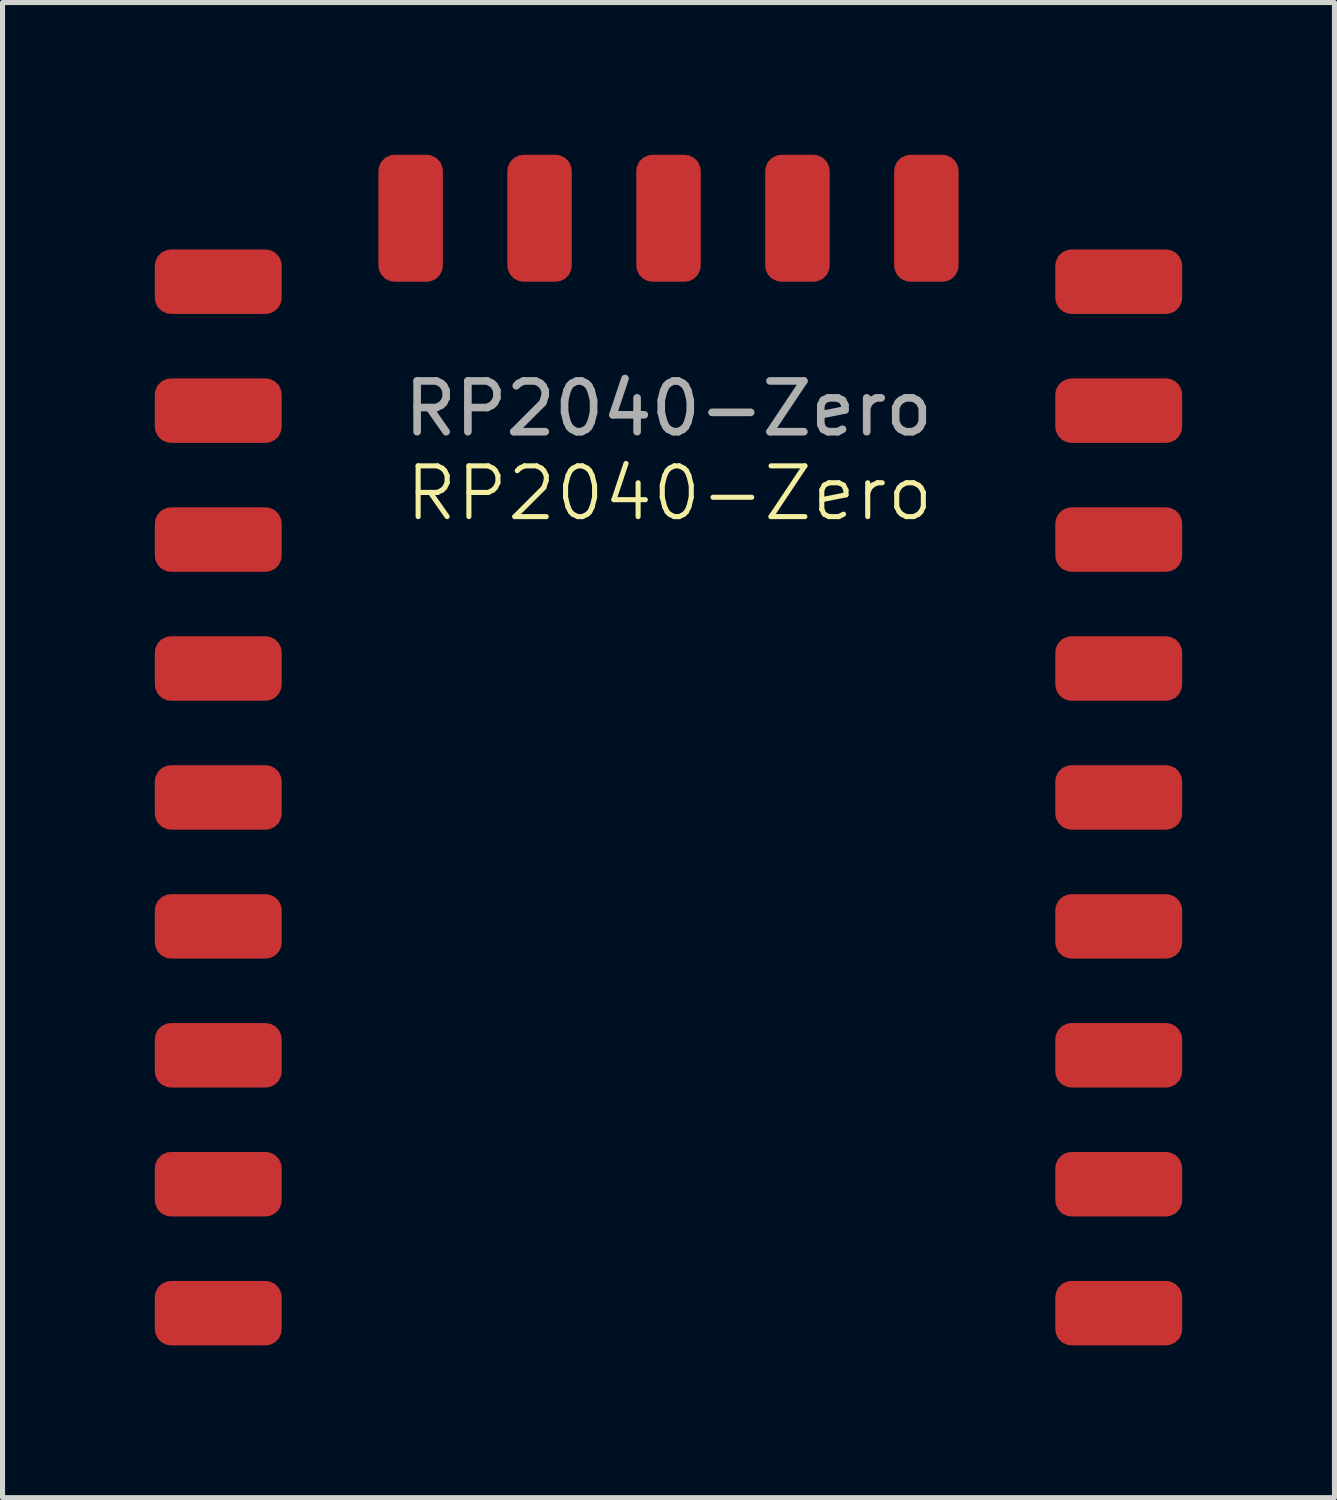
<source format=kicad_pcb>
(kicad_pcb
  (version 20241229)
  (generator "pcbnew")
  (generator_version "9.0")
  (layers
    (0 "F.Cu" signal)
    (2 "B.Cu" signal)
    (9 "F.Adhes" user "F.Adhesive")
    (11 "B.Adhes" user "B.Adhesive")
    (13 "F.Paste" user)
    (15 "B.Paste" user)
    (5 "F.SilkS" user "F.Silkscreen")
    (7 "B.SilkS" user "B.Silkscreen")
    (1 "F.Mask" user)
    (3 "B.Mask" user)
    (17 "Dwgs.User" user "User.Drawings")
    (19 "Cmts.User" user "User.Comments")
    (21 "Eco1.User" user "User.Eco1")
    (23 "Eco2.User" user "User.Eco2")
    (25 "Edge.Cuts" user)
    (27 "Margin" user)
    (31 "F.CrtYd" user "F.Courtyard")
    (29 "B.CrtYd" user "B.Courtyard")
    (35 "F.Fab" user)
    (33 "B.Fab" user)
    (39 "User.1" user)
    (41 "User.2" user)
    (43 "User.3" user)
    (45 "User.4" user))
  (footprint "RP2040-Zero"
    (layer "F.Cu")
    (at 10.12 2.5)
    (property "Reference" "RP2040-Zero" (at 0.02 4.17 0) (unlocked yes) (layer "F.SilkS") (effects (font (size 1 1) (thickness 0.1))))
    (attr smd)
    (fp_text user "${REFERENCE}" (at 0 2.5 0) (unlocked yes) (layer "F.Fab") (effects (font (size 1 1) (thickness 0.15))))
    (pad "1" smd roundrect (at -8.87 20.32 180) (size 2.5 1.27) (layers "F.Cu" "F.Mask" "F.Paste") (roundrect_rratio 0.25))
    (pad "2" smd roundrect (at -8.87 17.78 180) (size 2.5 1.27) (layers "F.Cu" "F.Mask" "F.Paste") (roundrect_rratio 0.25))
    (pad "3" smd roundrect (at -8.87 15.24 180) (size 2.5 1.27) (layers "F.Cu" "F.Mask" "F.Paste") (roundrect_rratio 0.25))
    (pad "4" smd roundrect (at -8.87 12.7 180) (size 2.5 1.27) (layers "F.Cu" "F.Mask" "F.Paste") (roundrect_rratio 0.25))
    (pad "5" smd roundrect (at -8.87 10.16 180) (size 2.5 1.27) (layers "F.Cu" "F.Mask" "F.Paste") (roundrect_rratio 0.25))
    (pad "6" smd roundrect (at -8.87 7.62 180) (size 2.5 1.27) (layers "F.Cu" "F.Mask" "F.Paste") (roundrect_rratio 0.25))
    (pad "7" smd roundrect (at -8.87 5.08 180) (size 2.5 1.27) (layers "F.Cu" "F.Mask" "F.Paste") (roundrect_rratio 0.25))
    (pad "8" smd roundrect (at -8.87 2.54 180) (size 2.5 1.27) (layers "F.Cu" "F.Mask" "F.Paste") (roundrect_rratio 0.25))
    (pad "9" smd roundrect (at -8.87 0 180) (size 2.5 1.27) (layers "F.Cu" "F.Mask" "F.Paste") (roundrect_rratio 0.25))
    (pad "10" smd roundrect (at -5.08 -1.25 90) (size 2.5 1.27) (layers "F.Cu" "F.Mask" "F.Paste") (roundrect_rratio 0.25))
    (pad "11" smd roundrect (at -2.54 -1.25 90) (size 2.5 1.27) (layers "F.Cu" "F.Mask" "F.Paste") (roundrect_rratio 0.25))
    (pad "12" smd roundrect (at 0 -1.25 90) (size 2.5 1.27) (layers "F.Cu" "F.Mask" "F.Paste") (roundrect_rratio 0.25))
    (pad "13" smd roundrect (at 2.54 -1.25 90) (size 2.5 1.27) (layers "F.Cu" "F.Mask" "F.Paste") (roundrect_rratio 0.25))
    (pad "14" smd roundrect (at 5.08 -1.25 90) (size 2.5 1.27) (layers "F.Cu" "F.Mask" "F.Paste") (roundrect_rratio 0.25))
    (pad "15" smd roundrect (at 8.87 0 180) (size 2.5 1.27) (layers "F.Cu" "F.Mask" "F.Paste") (roundrect_rratio 0.25))
    (pad "16" smd roundrect (at 8.87 2.54 180) (size 2.5 1.27) (layers "F.Cu" "F.Mask" "F.Paste") (roundrect_rratio 0.25))
    (pad "17" smd roundrect (at 8.87 5.08 180) (size 2.5 1.27) (layers "F.Cu" "F.Mask" "F.Paste") (roundrect_rratio 0.25))
    (pad "18" smd roundrect (at 8.87 7.62 180) (size 2.5 1.27) (layers "F.Cu" "F.Mask" "F.Paste") (roundrect_rratio 0.25))
    (pad "19" smd roundrect (at 8.87 10.16 180) (size 2.5 1.27) (layers "F.Cu" "F.Mask" "F.Paste") (roundrect_rratio 0.25))
    (pad "20" smd roundrect (at 8.87 12.7 180) (size 2.5 1.27) (layers "F.Cu" "F.Mask" "F.Paste") (roundrect_rratio 0.25))
    (pad "21" smd roundrect (at 8.87 15.24 180) (size 2.5 1.27) (layers "F.Cu" "F.Mask" "F.Paste") (roundrect_rratio 0.25))
    (pad "22" smd roundrect (at 8.87 17.78 180) (size 2.5 1.27) (layers "F.Cu" "F.Mask" "F.Paste") (roundrect_rratio 0.25))
    (pad "23" smd roundrect (at 8.87 20.32 180) (size 2.5 1.27) (layers "F.Cu" "F.Mask" "F.Paste") (roundrect_rratio 0.25)))
  (gr_rect
    (start -3 -3)
    (end 23.24 26.455)
    (stroke (width 0.1) (type default))
    (fill no)
    (layer "Edge.Cuts")))
</source>
